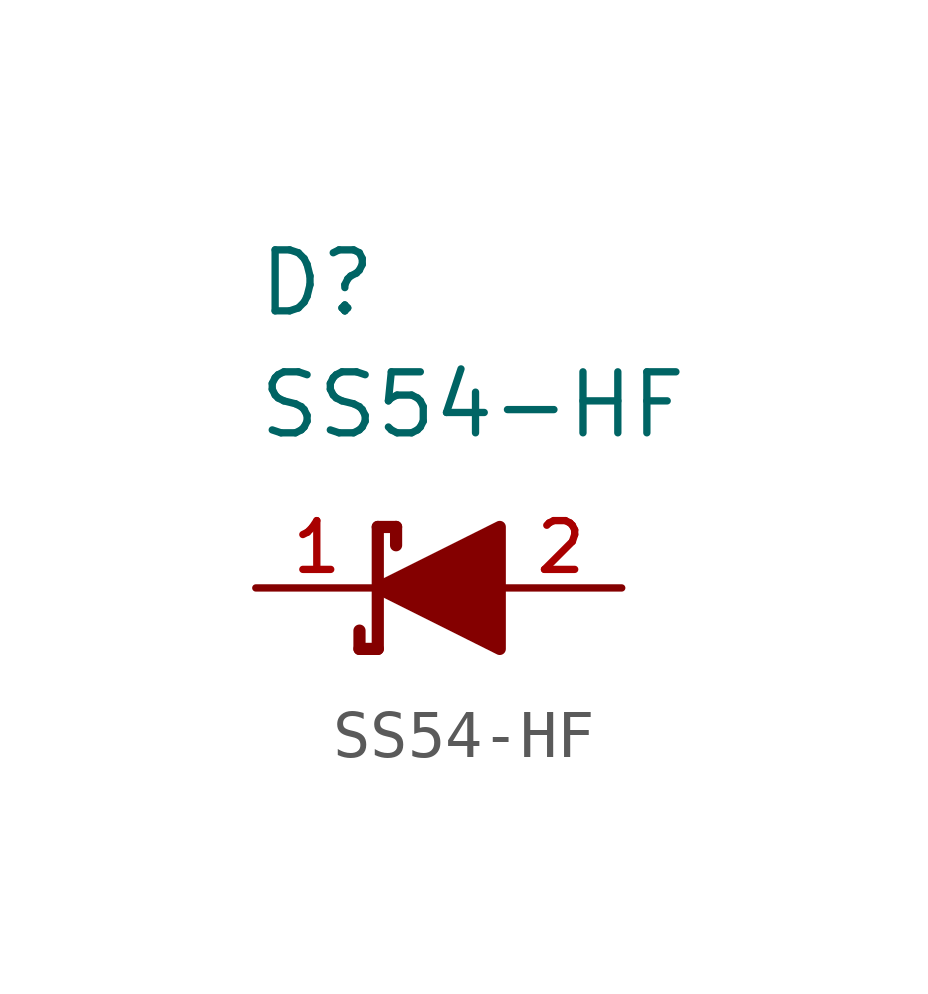
<source format=kicad_sym>
(kicad_symbol_lib
  (version 20211014)
  (generator kicad_symbol_editor)
  (symbol "SS54-HF"
    (pin_names
      (offset 1.016))
    (property "Reference" "D"
      (at -2.54 6.35 0)
      (effects (font (size 1.27 1.27)) (justify left)))
    (property "Value" "SS54-HF"
      (at -2.54 3.81 0)
      (effects (font (size 1.27 1.27)) (justify left)))
    (symbol "SS54-HF_0_0"
      (polyline (pts (xy 0.0 1.27) (xy 0.0 -1.27)) (stroke (width 0.254)))
      (polyline (pts (xy 0.0 1.27) (xy 0.381 1.27)) (stroke (width 0.254)))
      (polyline (pts (xy 0.381 0.889) (xy 0.381 1.27)) (stroke (width 0.254)))
      (polyline (pts (xy 0.0 -1.27) (xy -0.381 -1.27)) (stroke (width 0.254)))
      (polyline (pts (xy -0.381 -0.889) (xy -0.381 -1.27)) (stroke (width 0.254)))
      (polyline (pts (xy 0.0 0.0) (xy 2.54 1.27) (xy 2.54 -1.27) (xy 0.0 0.0)) (stroke (width 0.254)) (fill (type outline)))
      (pin bidirectional line (at -2.54 0.0 0) (length 2.54) (name "~" (effects (font (size 1.016 1.016)))) (number "1" (effects (font (size 1.016 1.016)))))
      (pin bidirectional line (at 5.08 0.0 180.0) (length 2.54) (name "~" (effects (font (size 1.016 1.016)))) (number "2" (effects (font (size 1.016 1.016))))))))
</source>
